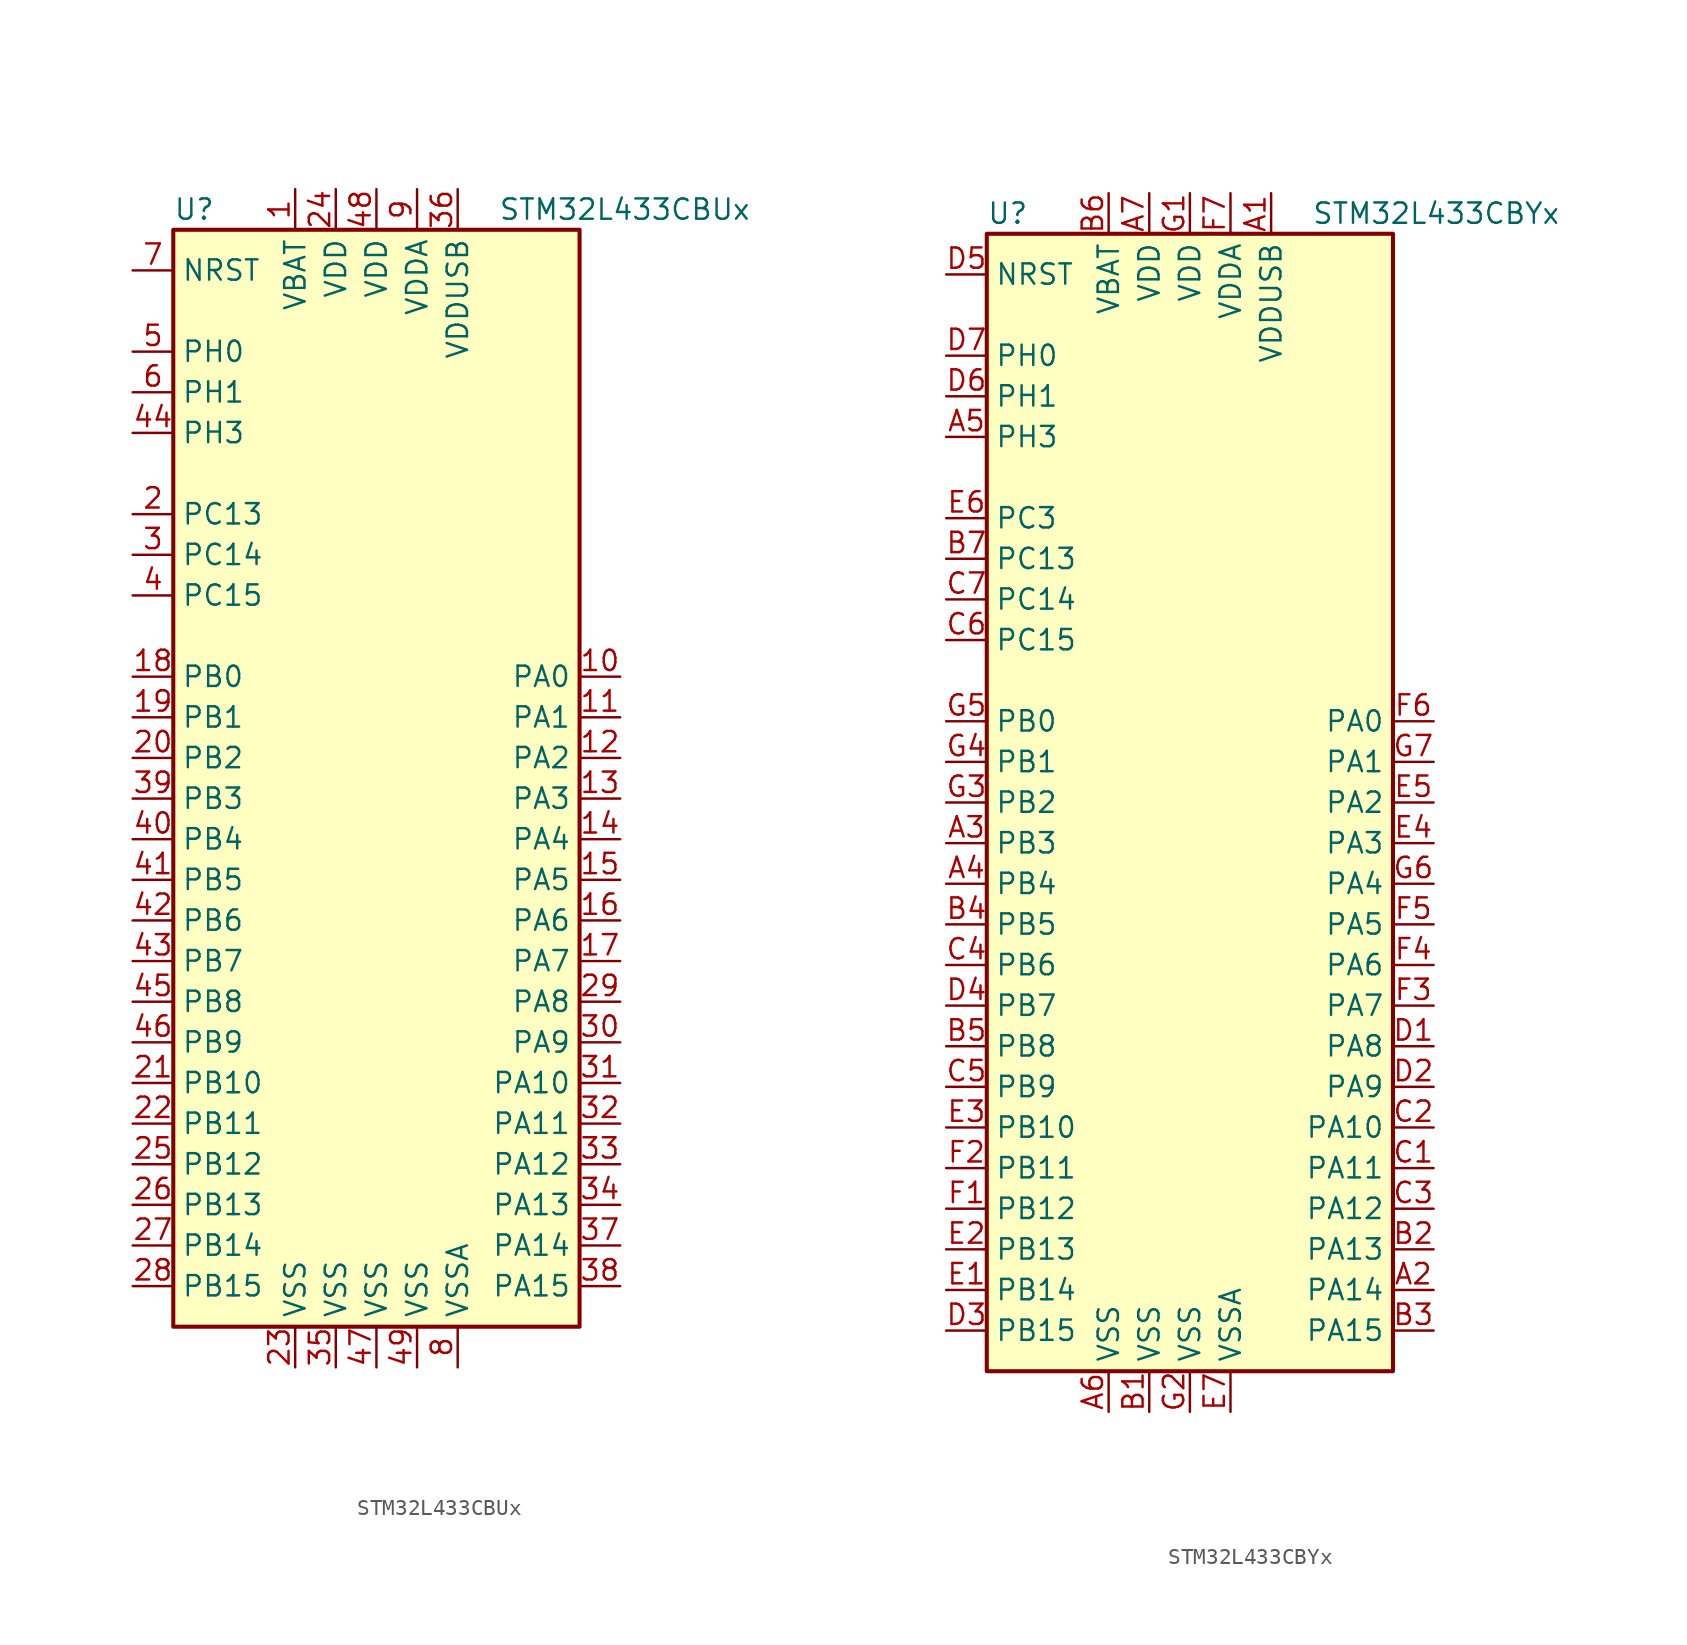
<source format=kicad_sym>
(kicad_symbol_lib
  (version 20201005)
  (generator kicad_symbol_editor)
  (symbol "STM32L433CBUx"
    (property "Reference" "U"
      (at -12.7 34.29 0)
      (effects (font (size 1.27 1.27)) (justify left)))
    (property "Value" "STM32L433CBUx"
      (at 7.62 34.29 0)
      (effects (font (size 1.27 1.27)) (justify left)))
    (symbol "STM32L433CBUx_0_1"
      (rectangle (start -12.7 -35.56) (end 12.7 33.02) (stroke (width 0.254)) (fill (type background))))
    (symbol "STM32L433CBUx_1_1"
      (pin power_in line (at -5.08 35.56 270) (length 2.54) (name "VBAT" (effects (font (size 1.27 1.27)))) (number "1" (effects (font (size 1.27 1.27)))))
      (pin bidirectional line (at 15.24 5.08 180) (length 2.54) (name "PA0" (effects (font (size 1.27 1.27)))) (number "10" (effects (font (size 1.27 1.27)))))
      (pin bidirectional line (at 15.24 2.54 180) (length 2.54) (name "PA1" (effects (font (size 1.27 1.27)))) (number "11" (effects (font (size 1.27 1.27)))))
      (pin bidirectional line (at 15.24 0 180) (length 2.54) (name "PA2" (effects (font (size 1.27 1.27)))) (number "12" (effects (font (size 1.27 1.27)))))
      (pin bidirectional line (at 15.24 -2.54 180) (length 2.54) (name "PA3" (effects (font (size 1.27 1.27)))) (number "13" (effects (font (size 1.27 1.27)))))
      (pin bidirectional line (at 15.24 -5.08 180) (length 2.54) (name "PA4" (effects (font (size 1.27 1.27)))) (number "14" (effects (font (size 1.27 1.27)))))
      (pin bidirectional line (at 15.24 -7.62 180) (length 2.54) (name "PA5" (effects (font (size 1.27 1.27)))) (number "15" (effects (font (size 1.27 1.27)))))
      (pin bidirectional line (at 15.24 -10.16 180) (length 2.54) (name "PA6" (effects (font (size 1.27 1.27)))) (number "16" (effects (font (size 1.27 1.27)))))
      (pin bidirectional line (at 15.24 -12.7 180) (length 2.54) (name "PA7" (effects (font (size 1.27 1.27)))) (number "17" (effects (font (size 1.27 1.27)))))
      (pin bidirectional line (at -15.24 5.08 0) (length 2.54) (name "PB0" (effects (font (size 1.27 1.27)))) (number "18" (effects (font (size 1.27 1.27)))))
      (pin bidirectional line (at -15.24 2.54 0) (length 2.54) (name "PB1" (effects (font (size 1.27 1.27)))) (number "19" (effects (font (size 1.27 1.27)))))
      (pin bidirectional line (at -15.24 15.24 0) (length 2.54) (name "PC13" (effects (font (size 1.27 1.27)))) (number "2" (effects (font (size 1.27 1.27)))))
      (pin bidirectional line (at -15.24 0 0) (length 2.54) (name "PB2" (effects (font (size 1.27 1.27)))) (number "20" (effects (font (size 1.27 1.27)))))
      (pin bidirectional line (at -15.24 -20.32 0) (length 2.54) (name "PB10" (effects (font (size 1.27 1.27)))) (number "21" (effects (font (size 1.27 1.27)))))
      (pin bidirectional line (at -15.24 -22.86 0) (length 2.54) (name "PB11" (effects (font (size 1.27 1.27)))) (number "22" (effects (font (size 1.27 1.27)))))
      (pin power_in line (at -5.08 -38.1 90) (length 2.54) (name "VSS" (effects (font (size 1.27 1.27)))) (number "23" (effects (font (size 1.27 1.27)))))
      (pin power_in line (at -2.54 35.56 270) (length 2.54) (name "VDD" (effects (font (size 1.27 1.27)))) (number "24" (effects (font (size 1.27 1.27)))))
      (pin bidirectional line (at -15.24 -25.4 0) (length 2.54) (name "PB12" (effects (font (size 1.27 1.27)))) (number "25" (effects (font (size 1.27 1.27)))))
      (pin bidirectional line (at -15.24 -27.94 0) (length 2.54) (name "PB13" (effects (font (size 1.27 1.27)))) (number "26" (effects (font (size 1.27 1.27)))))
      (pin bidirectional line (at -15.24 -30.48 0) (length 2.54) (name "PB14" (effects (font (size 1.27 1.27)))) (number "27" (effects (font (size 1.27 1.27)))))
      (pin bidirectional line (at -15.24 -33.02 0) (length 2.54) (name "PB15" (effects (font (size 1.27 1.27)))) (number "28" (effects (font (size 1.27 1.27)))))
      (pin bidirectional line (at 15.24 -15.24 180) (length 2.54) (name "PA8" (effects (font (size 1.27 1.27)))) (number "29" (effects (font (size 1.27 1.27)))))
      (pin bidirectional line (at -15.24 12.7 0) (length 2.54) (name "PC14" (effects (font (size 1.27 1.27)))) (number "3" (effects (font (size 1.27 1.27)))))
      (pin bidirectional line (at 15.24 -17.78 180) (length 2.54) (name "PA9" (effects (font (size 1.27 1.27)))) (number "30" (effects (font (size 1.27 1.27)))))
      (pin bidirectional line (at 15.24 -20.32 180) (length 2.54) (name "PA10" (effects (font (size 1.27 1.27)))) (number "31" (effects (font (size 1.27 1.27)))))
      (pin bidirectional line (at 15.24 -22.86 180) (length 2.54) (name "PA11" (effects (font (size 1.27 1.27)))) (number "32" (effects (font (size 1.27 1.27)))))
      (pin bidirectional line (at 15.24 -25.4 180) (length 2.54) (name "PA12" (effects (font (size 1.27 1.27)))) (number "33" (effects (font (size 1.27 1.27)))))
      (pin bidirectional line (at 15.24 -27.94 180) (length 2.54) (name "PA13" (effects (font (size 1.27 1.27)))) (number "34" (effects (font (size 1.27 1.27)))))
      (pin power_in line (at -2.54 -38.1 90) (length 2.54) (name "VSS" (effects (font (size 1.27 1.27)))) (number "35" (effects (font (size 1.27 1.27)))))
      (pin power_in line (at 5.08 35.56 270) (length 2.54) (name "VDDUSB" (effects (font (size 1.27 1.27)))) (number "36" (effects (font (size 1.27 1.27)))))
      (pin bidirectional line (at 15.24 -30.48 180) (length 2.54) (name "PA14" (effects (font (size 1.27 1.27)))) (number "37" (effects (font (size 1.27 1.27)))))
      (pin bidirectional line (at 15.24 -33.02 180) (length 2.54) (name "PA15" (effects (font (size 1.27 1.27)))) (number "38" (effects (font (size 1.27 1.27)))))
      (pin bidirectional line (at -15.24 -2.54 0) (length 2.54) (name "PB3" (effects (font (size 1.27 1.27)))) (number "39" (effects (font (size 1.27 1.27)))))
      (pin bidirectional line (at -15.24 10.16 0) (length 2.54) (name "PC15" (effects (font (size 1.27 1.27)))) (number "4" (effects (font (size 1.27 1.27)))))
      (pin bidirectional line (at -15.24 -5.08 0) (length 2.54) (name "PB4" (effects (font (size 1.27 1.27)))) (number "40" (effects (font (size 1.27 1.27)))))
      (pin bidirectional line (at -15.24 -7.62 0) (length 2.54) (name "PB5" (effects (font (size 1.27 1.27)))) (number "41" (effects (font (size 1.27 1.27)))))
      (pin bidirectional line (at -15.24 -10.16 0) (length 2.54) (name "PB6" (effects (font (size 1.27 1.27)))) (number "42" (effects (font (size 1.27 1.27)))))
      (pin bidirectional line (at -15.24 -12.7 0) (length 2.54) (name "PB7" (effects (font (size 1.27 1.27)))) (number "43" (effects (font (size 1.27 1.27)))))
      (pin bidirectional line (at -15.24 20.32 0) (length 2.54) (name "PH3" (effects (font (size 1.27 1.27)))) (number "44" (effects (font (size 1.27 1.27)))))
      (pin bidirectional line (at -15.24 -15.24 0) (length 2.54) (name "PB8" (effects (font (size 1.27 1.27)))) (number "45" (effects (font (size 1.27 1.27)))))
      (pin bidirectional line (at -15.24 -17.78 0) (length 2.54) (name "PB9" (effects (font (size 1.27 1.27)))) (number "46" (effects (font (size 1.27 1.27)))))
      (pin power_in line (at 0 -38.1 90) (length 2.54) (name "VSS" (effects (font (size 1.27 1.27)))) (number "47" (effects (font (size 1.27 1.27)))))
      (pin power_in line (at 0 35.56 270) (length 2.54) (name "VDD" (effects (font (size 1.27 1.27)))) (number "48" (effects (font (size 1.27 1.27)))))
      (pin power_in line (at 2.54 -38.1 90) (length 2.54) (name "VSS" (effects (font (size 1.27 1.27)))) (number "49" (effects (font (size 1.27 1.27)))))
      (pin input line (at -15.24 25.4 0) (length 2.54) (name "PH0" (effects (font (size 1.27 1.27)))) (number "5" (effects (font (size 1.27 1.27)))))
      (pin input line (at -15.24 22.86 0) (length 2.54) (name "PH1" (effects (font (size 1.27 1.27)))) (number "6" (effects (font (size 1.27 1.27)))))
      (pin input line (at -15.24 30.48 0) (length 2.54) (name "NRST" (effects (font (size 1.27 1.27)))) (number "7" (effects (font (size 1.27 1.27)))))
      (pin power_in line (at 5.08 -38.1 90) (length 2.54) (name "VSSA" (effects (font (size 1.27 1.27)))) (number "8" (effects (font (size 1.27 1.27)))))
      (pin power_in line (at 2.54 35.56 270) (length 2.54) (name "VDDA" (effects (font (size 1.27 1.27)))) (number "9" (effects (font (size 1.27 1.27)))))))
  (symbol "STM32L433CBYx"
    (property "Reference" "U"
      (at -12.7 36.83 0)
      (effects (font (size 1.27 1.27)) (justify left)))
    (property "Value" "STM32L433CBYx"
      (at 7.62 36.83 0)
      (effects (font (size 1.27 1.27)) (justify left)))
    (symbol "STM32L433CBYx_0_1"
      (rectangle (start -12.7 -35.56) (end 12.7 35.56) (stroke (width 0.254)) (fill (type background))))
    (symbol "STM32L433CBYx_1_1"
      (pin power_in line (at 5.08 38.1 270) (length 2.54) (name "VDDUSB" (effects (font (size 1.27 1.27)))) (number "A1" (effects (font (size 1.27 1.27)))))
      (pin bidirectional line (at 15.24 -30.48 180) (length 2.54) (name "PA14" (effects (font (size 1.27 1.27)))) (number "A2" (effects (font (size 1.27 1.27)))))
      (pin bidirectional line (at -15.24 -2.54 0) (length 2.54) (name "PB3" (effects (font (size 1.27 1.27)))) (number "A3" (effects (font (size 1.27 1.27)))))
      (pin bidirectional line (at -15.24 -5.08 0) (length 2.54) (name "PB4" (effects (font (size 1.27 1.27)))) (number "A4" (effects (font (size 1.27 1.27)))))
      (pin bidirectional line (at -15.24 22.86 0) (length 2.54) (name "PH3" (effects (font (size 1.27 1.27)))) (number "A5" (effects (font (size 1.27 1.27)))))
      (pin power_in line (at -5.08 -38.1 90) (length 2.54) (name "VSS" (effects (font (size 1.27 1.27)))) (number "A6" (effects (font (size 1.27 1.27)))))
      (pin power_in line (at -2.54 38.1 270) (length 2.54) (name "VDD" (effects (font (size 1.27 1.27)))) (number "A7" (effects (font (size 1.27 1.27)))))
      (pin power_in line (at -2.54 -38.1 90) (length 2.54) (name "VSS" (effects (font (size 1.27 1.27)))) (number "B1" (effects (font (size 1.27 1.27)))))
      (pin bidirectional line (at 15.24 -27.94 180) (length 2.54) (name "PA13" (effects (font (size 1.27 1.27)))) (number "B2" (effects (font (size 1.27 1.27)))))
      (pin bidirectional line (at 15.24 -33.02 180) (length 2.54) (name "PA15" (effects (font (size 1.27 1.27)))) (number "B3" (effects (font (size 1.27 1.27)))))
      (pin bidirectional line (at -15.24 -7.62 0) (length 2.54) (name "PB5" (effects (font (size 1.27 1.27)))) (number "B4" (effects (font (size 1.27 1.27)))))
      (pin bidirectional line (at -15.24 -15.24 0) (length 2.54) (name "PB8" (effects (font (size 1.27 1.27)))) (number "B5" (effects (font (size 1.27 1.27)))))
      (pin power_in line (at -5.08 38.1 270) (length 2.54) (name "VBAT" (effects (font (size 1.27 1.27)))) (number "B6" (effects (font (size 1.27 1.27)))))
      (pin bidirectional line (at -15.24 15.24 0) (length 2.54) (name "PC13" (effects (font (size 1.27 1.27)))) (number "B7" (effects (font (size 1.27 1.27)))))
      (pin bidirectional line (at 15.24 -22.86 180) (length 2.54) (name "PA11" (effects (font (size 1.27 1.27)))) (number "C1" (effects (font (size 1.27 1.27)))))
      (pin bidirectional line (at 15.24 -20.32 180) (length 2.54) (name "PA10" (effects (font (size 1.27 1.27)))) (number "C2" (effects (font (size 1.27 1.27)))))
      (pin bidirectional line (at 15.24 -25.4 180) (length 2.54) (name "PA12" (effects (font (size 1.27 1.27)))) (number "C3" (effects (font (size 1.27 1.27)))))
      (pin bidirectional line (at -15.24 -10.16 0) (length 2.54) (name "PB6" (effects (font (size 1.27 1.27)))) (number "C4" (effects (font (size 1.27 1.27)))))
      (pin bidirectional line (at -15.24 -17.78 0) (length 2.54) (name "PB9" (effects (font (size 1.27 1.27)))) (number "C5" (effects (font (size 1.27 1.27)))))
      (pin bidirectional line (at -15.24 10.16 0) (length 2.54) (name "PC15" (effects (font (size 1.27 1.27)))) (number "C6" (effects (font (size 1.27 1.27)))))
      (pin bidirectional line (at -15.24 12.7 0) (length 2.54) (name "PC14" (effects (font (size 1.27 1.27)))) (number "C7" (effects (font (size 1.27 1.27)))))
      (pin bidirectional line (at 15.24 -15.24 180) (length 2.54) (name "PA8" (effects (font (size 1.27 1.27)))) (number "D1" (effects (font (size 1.27 1.27)))))
      (pin bidirectional line (at 15.24 -17.78 180) (length 2.54) (name "PA9" (effects (font (size 1.27 1.27)))) (number "D2" (effects (font (size 1.27 1.27)))))
      (pin bidirectional line (at -15.24 -33.02 0) (length 2.54) (name "PB15" (effects (font (size 1.27 1.27)))) (number "D3" (effects (font (size 1.27 1.27)))))
      (pin bidirectional line (at -15.24 -12.7 0) (length 2.54) (name "PB7" (effects (font (size 1.27 1.27)))) (number "D4" (effects (font (size 1.27 1.27)))))
      (pin input line (at -15.24 33.02 0) (length 2.54) (name "NRST" (effects (font (size 1.27 1.27)))) (number "D5" (effects (font (size 1.27 1.27)))))
      (pin input line (at -15.24 25.4 0) (length 2.54) (name "PH1" (effects (font (size 1.27 1.27)))) (number "D6" (effects (font (size 1.27 1.27)))))
      (pin input line (at -15.24 27.94 0) (length 2.54) (name "PH0" (effects (font (size 1.27 1.27)))) (number "D7" (effects (font (size 1.27 1.27)))))
      (pin bidirectional line (at -15.24 -30.48 0) (length 2.54) (name "PB14" (effects (font (size 1.27 1.27)))) (number "E1" (effects (font (size 1.27 1.27)))))
      (pin bidirectional line (at -15.24 -27.94 0) (length 2.54) (name "PB13" (effects (font (size 1.27 1.27)))) (number "E2" (effects (font (size 1.27 1.27)))))
      (pin bidirectional line (at -15.24 -20.32 0) (length 2.54) (name "PB10" (effects (font (size 1.27 1.27)))) (number "E3" (effects (font (size 1.27 1.27)))))
      (pin bidirectional line (at 15.24 -2.54 180) (length 2.54) (name "PA3" (effects (font (size 1.27 1.27)))) (number "E4" (effects (font (size 1.27 1.27)))))
      (pin bidirectional line (at 15.24 0 180) (length 2.54) (name "PA2" (effects (font (size 1.27 1.27)))) (number "E5" (effects (font (size 1.27 1.27)))))
      (pin bidirectional line (at -15.24 17.78 0) (length 2.54) (name "PC3" (effects (font (size 1.27 1.27)))) (number "E6" (effects (font (size 1.27 1.27)))))
      (pin power_in line (at 2.54 -38.1 90) (length 2.54) (name "VSSA" (effects (font (size 1.27 1.27)))) (number "E7" (effects (font (size 1.27 1.27)))))
      (pin bidirectional line (at -15.24 -25.4 0) (length 2.54) (name "PB12" (effects (font (size 1.27 1.27)))) (number "F1" (effects (font (size 1.27 1.27)))))
      (pin bidirectional line (at -15.24 -22.86 0) (length 2.54) (name "PB11" (effects (font (size 1.27 1.27)))) (number "F2" (effects (font (size 1.27 1.27)))))
      (pin bidirectional line (at 15.24 -12.7 180) (length 2.54) (name "PA7" (effects (font (size 1.27 1.27)))) (number "F3" (effects (font (size 1.27 1.27)))))
      (pin bidirectional line (at 15.24 -10.16 180) (length 2.54) (name "PA6" (effects (font (size 1.27 1.27)))) (number "F4" (effects (font (size 1.27 1.27)))))
      (pin bidirectional line (at 15.24 -7.62 180) (length 2.54) (name "PA5" (effects (font (size 1.27 1.27)))) (number "F5" (effects (font (size 1.27 1.27)))))
      (pin bidirectional line (at 15.24 5.08 180) (length 2.54) (name "PA0" (effects (font (size 1.27 1.27)))) (number "F6" (effects (font (size 1.27 1.27)))))
      (pin power_in line (at 2.54 38.1 270) (length 2.54) (name "VDDA" (effects (font (size 1.27 1.27)))) (number "F7" (effects (font (size 1.27 1.27)))))
      (pin power_in line (at 0 38.1 270) (length 2.54) (name "VDD" (effects (font (size 1.27 1.27)))) (number "G1" (effects (font (size 1.27 1.27)))))
      (pin power_in line (at 0 -38.1 90) (length 2.54) (name "VSS" (effects (font (size 1.27 1.27)))) (number "G2" (effects (font (size 1.27 1.27)))))
      (pin bidirectional line (at -15.24 0 0) (length 2.54) (name "PB2" (effects (font (size 1.27 1.27)))) (number "G3" (effects (font (size 1.27 1.27)))))
      (pin bidirectional line (at -15.24 2.54 0) (length 2.54) (name "PB1" (effects (font (size 1.27 1.27)))) (number "G4" (effects (font (size 1.27 1.27)))))
      (pin bidirectional line (at -15.24 5.08 0) (length 2.54) (name "PB0" (effects (font (size 1.27 1.27)))) (number "G5" (effects (font (size 1.27 1.27)))))
      (pin bidirectional line (at 15.24 -5.08 180) (length 2.54) (name "PA4" (effects (font (size 1.27 1.27)))) (number "G6" (effects (font (size 1.27 1.27)))))
      (pin bidirectional line (at 15.24 2.54 180) (length 2.54) (name "PA1" (effects (font (size 1.27 1.27)))) (number "G7" (effects (font (size 1.27 1.27))))))))
</source>
